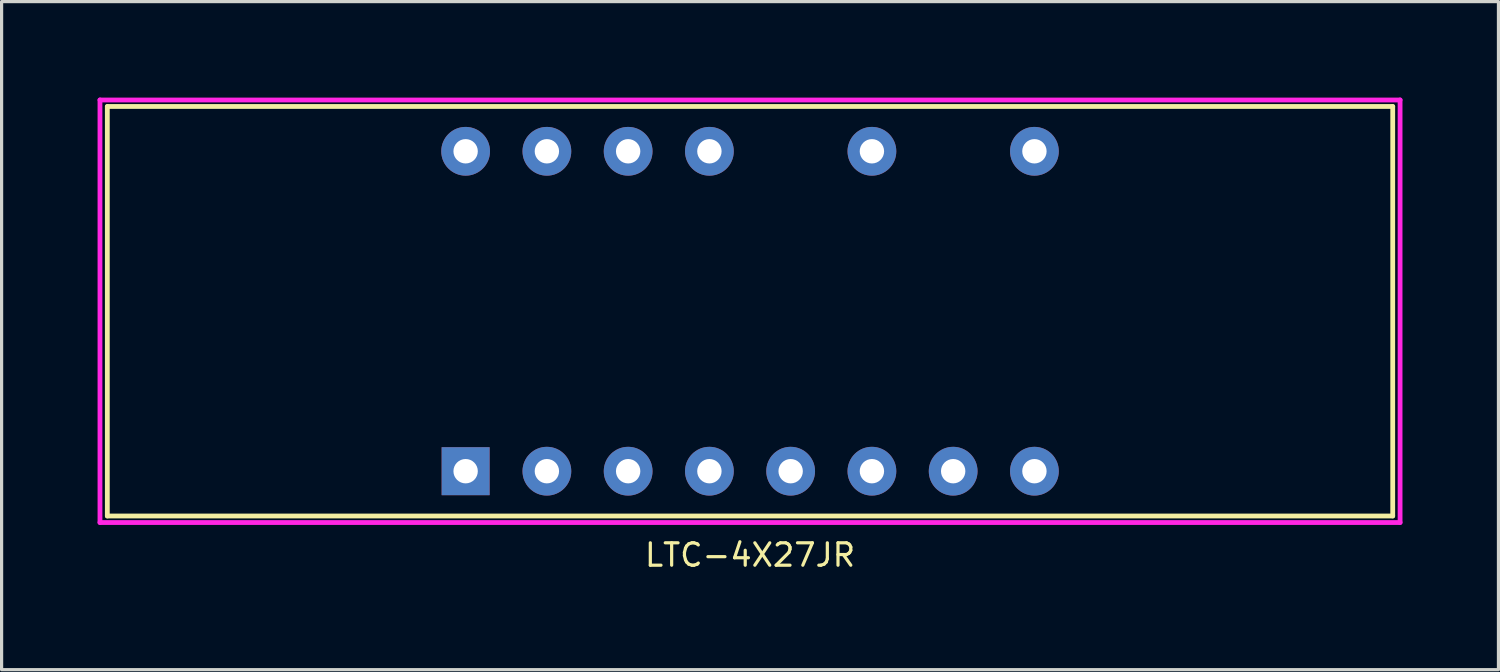
<source format=kicad_pcb>
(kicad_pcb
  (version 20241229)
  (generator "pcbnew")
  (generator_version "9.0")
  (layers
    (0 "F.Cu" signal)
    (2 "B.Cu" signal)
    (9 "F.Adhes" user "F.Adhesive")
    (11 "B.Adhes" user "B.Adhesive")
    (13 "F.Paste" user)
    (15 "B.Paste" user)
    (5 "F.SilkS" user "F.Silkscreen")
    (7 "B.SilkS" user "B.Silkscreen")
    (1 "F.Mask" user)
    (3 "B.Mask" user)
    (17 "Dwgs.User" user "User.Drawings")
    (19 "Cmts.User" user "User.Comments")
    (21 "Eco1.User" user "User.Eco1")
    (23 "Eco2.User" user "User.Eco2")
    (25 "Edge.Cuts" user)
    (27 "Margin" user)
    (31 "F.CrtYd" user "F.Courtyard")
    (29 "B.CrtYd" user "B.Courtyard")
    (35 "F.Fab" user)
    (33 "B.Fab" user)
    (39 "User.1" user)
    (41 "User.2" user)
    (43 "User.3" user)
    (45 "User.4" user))
  (footprint "LTC-4X27JR"
    (layer "F.Cu")
    (at 20.395 6.679)
    (property "Reference" "LTC-4X27JR" (at 0 7.62 0) (layer "F.SilkS") (effects (font (size 0.7 0.7) (thickness 0.1))))
    (attr through_hole)
    (fp_line (start -20.09 -6.4) (end 20.09 -6.4) (stroke (width 0.15) (type solid)) (layer "F.SilkS"))
    (fp_line (start -20.09 6.4) (end -20.09 -6.4) (stroke (width 0.15) (type solid)) (layer "F.SilkS"))
    (fp_line (start 20.09 -6.4) (end 20.09 6.4) (stroke (width 0.15) (type solid)) (layer "F.SilkS"))
    (fp_line (start 20.09 6.4) (end -20.09 6.4) (stroke (width 0.15) (type solid)) (layer "F.SilkS"))
    (fp_line (start -20.32 -6.604) (end 20.32 -6.604) (stroke (width 0.15) (type solid)) (layer "F.CrtYd"))
    (fp_line (start -20.32 6.604) (end -20.32 -6.604) (stroke (width 0.15) (type solid)) (layer "F.CrtYd"))
    (fp_line (start 20.32 -6.604) (end 20.32 6.604) (stroke (width 0.15) (type solid)) (layer "F.CrtYd"))
    (fp_line (start 20.32 6.604) (end -20.32 6.604) (stroke (width 0.15) (type solid)) (layer "F.CrtYd"))
    (pad "1" thru_hole rect (at -8.89 5) (size 1.5 1.5) (drill 0.762) (layers "*.Cu" "*.Mask"))
    (pad "2" thru_hole circle (at -6.35 5) (size 1.524 1.524) (drill 0.762) (layers "*.Cu" "*.Mask"))
    (pad "3" thru_hole circle (at -3.81 5) (size 1.524 1.524) (drill 0.762) (layers "*.Cu" "*.Mask"))
    (pad "4" thru_hole circle (at -1.27 5) (size 1.524 1.524) (drill 0.762) (layers "*.Cu" "*.Mask"))
    (pad "5" thru_hole circle (at 1.27 5) (size 1.524 1.524) (drill 0.762) (layers "*.Cu" "*.Mask"))
    (pad "6" thru_hole circle (at 3.81 5) (size 1.524 1.524) (drill 0.762) (layers "*.Cu" "*.Mask"))
    (pad "7" thru_hole circle (at 6.35 5) (size 1.524 1.524) (drill 0.762) (layers "*.Cu" "*.Mask"))
    (pad "8" thru_hole circle (at 8.89 5) (size 1.524 1.524) (drill 0.762) (layers "*.Cu" "*.Mask"))
    (pad "9" thru_hole circle (at 8.89 -5) (size 1.524 1.524) (drill 0.762) (layers "*.Cu" "*.Mask"))
    (pad "11" thru_hole circle (at 3.81 -5) (size 1.524 1.524) (drill 0.762) (layers "*.Cu" "*.Mask"))
    (pad "13" thru_hole circle (at -1.27 -5) (size 1.524 1.524) (drill 0.762) (layers "*.Cu" "*.Mask"))
    (pad "14" thru_hole circle (at -3.81 -5) (size 1.524 1.524) (drill 0.762) (layers "*.Cu" "*.Mask"))
    (pad "15" thru_hole circle (at -6.35 -5) (size 1.524 1.524) (drill 0.762) (layers "*.Cu" "*.Mask"))
    (pad "16" thru_hole circle (at -8.89 -5) (size 1.524 1.524) (drill 0.762) (layers "*.Cu" "*.Mask")))
  (gr_rect
    (start -3 -3)
    (end 43.79 17.884)
    (stroke (width 0.1) (type default))
    (fill no)
    (layer "Edge.Cuts")))
</source>
